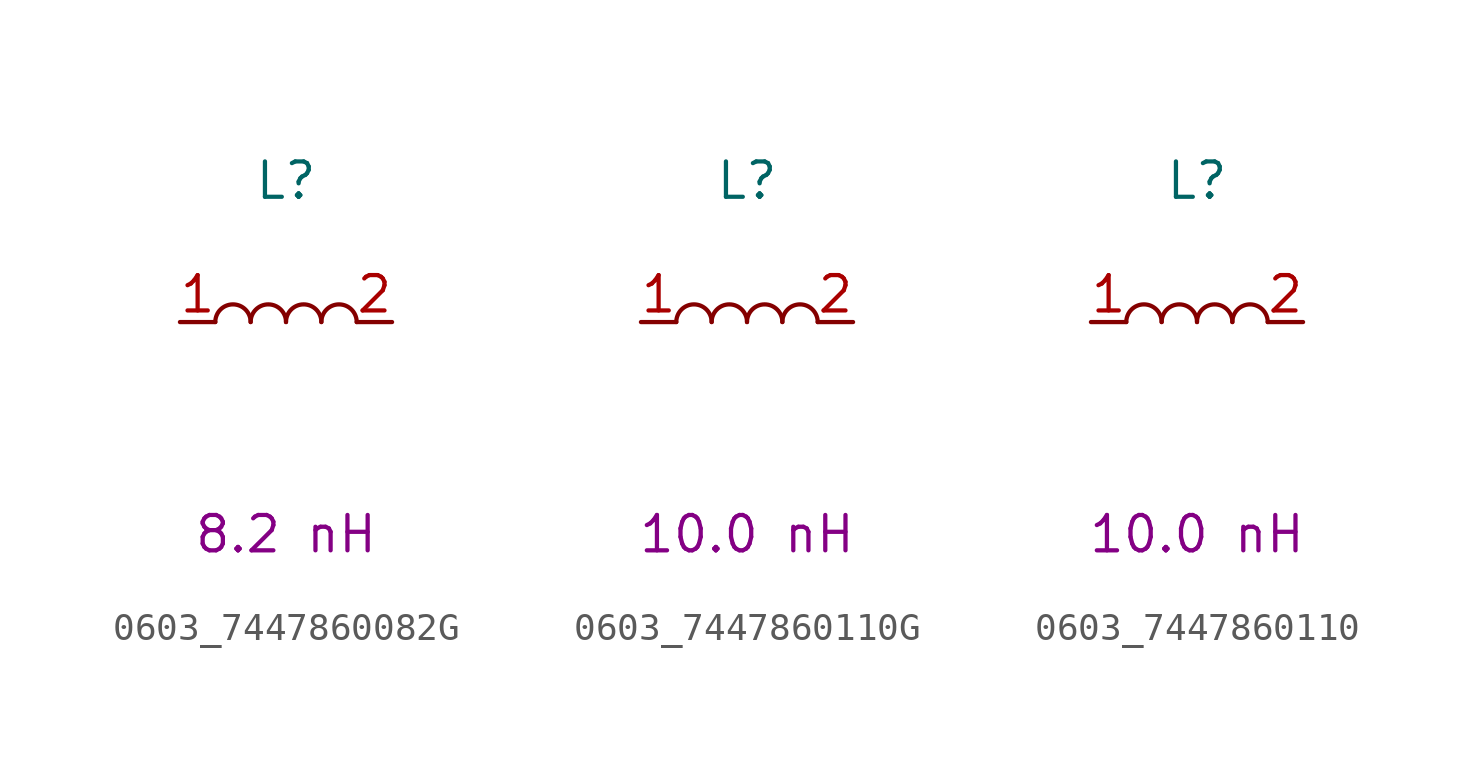
<source format=kicad_sym>
(kicad_symbol_lib
  (version 20220914)
  (generator kicad_symbol_editor)
  (symbol "0603_7447860082G"
    (pin_names hide)
    (property "Reference" "L"
      (at 0 5.08 0)
      (effects (font (size 1.27 1.27))))
    (property "Critical Parameter" "8.2 nH"
      (at 0 -7.62 0)
      (effects (font (size 1.27 1.27))))
    (symbol "0603_7447860082G_0_1"
      (arc (start -1.27 0) (mid -1.905 0.6323) (end -2.54 0) (stroke (width 0) (type default)) (fill (type none)))
      (arc (start 0 0) (mid -0.635 0.6323) (end -1.27 0) (stroke (width 0) (type default)) (fill (type none)))
      (arc (start 1.27 0) (mid 0.635 0.6323) (end 0 0) (stroke (width 0) (type default)) (fill (type none)))
      (arc (start 2.54 0) (mid 1.905 0.6323) (end 1.27 0) (stroke (width 0) (type default)) (fill (type none))))
    (symbol "0603_7447860082G_1_1"
      (pin passive line (at -3.81 0 0) (length 1.27) (name "1" (effects (font (size 1.27 1.27)))) (number "1" (effects (font (size 1.27 1.27)))))
      (pin passive line (at 3.81 0 180) (length 1.27) (name "2" (effects (font (size 1.27 1.27)))) (number "2" (effects (font (size 1.27 1.27)))))))
  (symbol "0603_7447860110G"
    (pin_names hide)
    (property "Reference" "L"
      (at 0 5.08 0)
      (effects (font (size 1.27 1.27))))
    (property "Critical Parameter" "10.0 nH"
      (at 0 -7.62 0)
      (effects (font (size 1.27 1.27))))
    (symbol "0603_7447860110G_0_1"
      (arc (start -1.27 0) (mid -1.905 0.6323) (end -2.54 0) (stroke (width 0) (type default)) (fill (type none)))
      (arc (start 0 0) (mid -0.635 0.6323) (end -1.27 0) (stroke (width 0) (type default)) (fill (type none)))
      (arc (start 1.27 0) (mid 0.635 0.6323) (end 0 0) (stroke (width 0) (type default)) (fill (type none)))
      (arc (start 2.54 0) (mid 1.905 0.6323) (end 1.27 0) (stroke (width 0) (type default)) (fill (type none))))
    (symbol "0603_7447860110G_1_1"
      (pin passive line (at -3.81 0 0) (length 1.27) (name "1" (effects (font (size 1.27 1.27)))) (number "1" (effects (font (size 1.27 1.27)))))
      (pin passive line (at 3.81 0 180) (length 1.27) (name "2" (effects (font (size 1.27 1.27)))) (number "2" (effects (font (size 1.27 1.27)))))))
  (symbol "0603_7447860110"
    (pin_names hide)
    (property "Reference" "L"
      (at 0 5.08 0)
      (effects (font (size 1.27 1.27))))
    (property "Critical Parameter" "10.0 nH"
      (at 0 -7.62 0)
      (effects (font (size 1.27 1.27))))
    (symbol "0603_7447860110_0_1"
      (arc (start -1.27 0) (mid -1.905 0.6323) (end -2.54 0) (stroke (width 0) (type default)) (fill (type none)))
      (arc (start 0 0) (mid -0.635 0.6323) (end -1.27 0) (stroke (width 0) (type default)) (fill (type none)))
      (arc (start 1.27 0) (mid 0.635 0.6323) (end 0 0) (stroke (width 0) (type default)) (fill (type none)))
      (arc (start 2.54 0) (mid 1.905 0.6323) (end 1.27 0) (stroke (width 0) (type default)) (fill (type none))))
    (symbol "0603_7447860110_1_1"
      (pin passive line (at -3.81 0 0) (length 1.27) (name "1" (effects (font (size 1.27 1.27)))) (number "1" (effects (font (size 1.27 1.27)))))
      (pin passive line (at 3.81 0 180) (length 1.27) (name "2" (effects (font (size 1.27 1.27)))) (number "2" (effects (font (size 1.27 1.27))))))))
</source>
